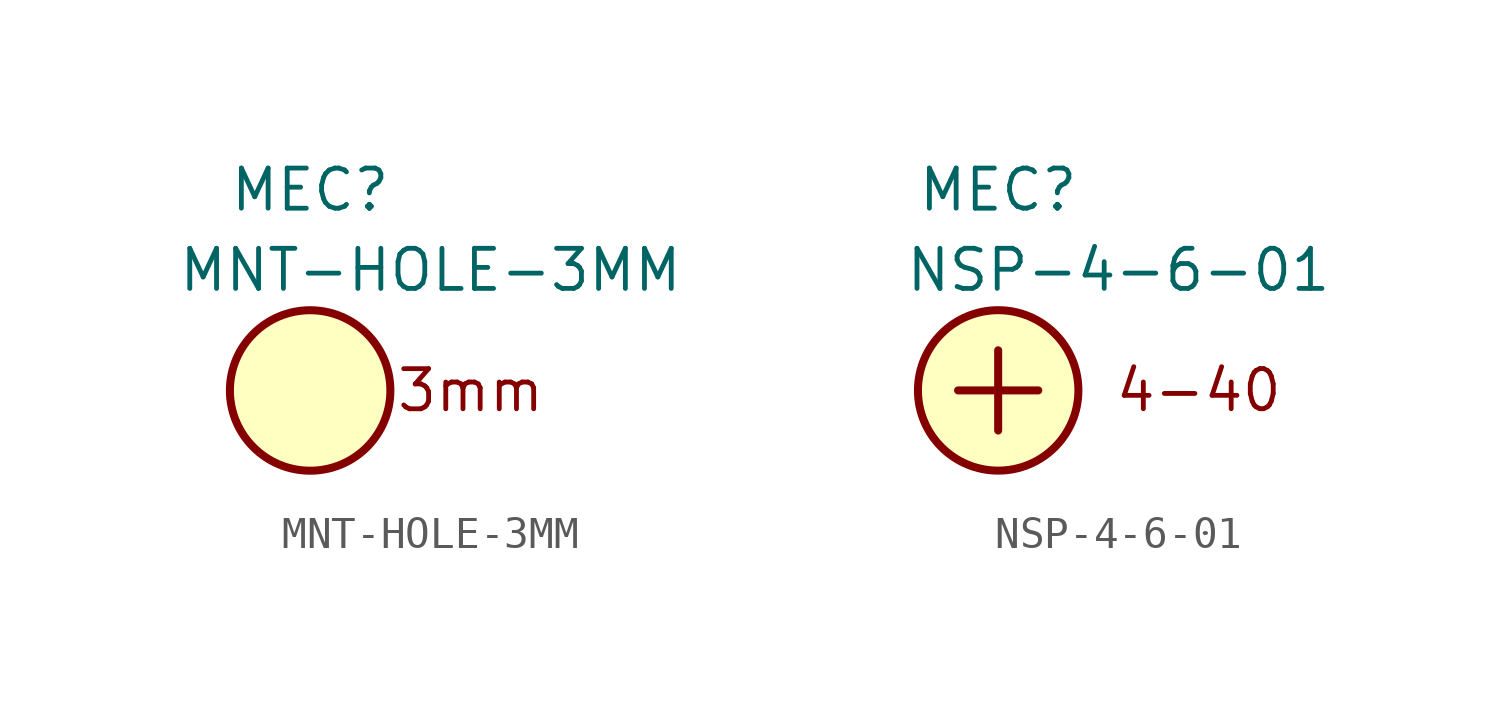
<source format=kicad_sym>
(kicad_symbol_lib
  (version 20211014)
  (generator kicad_symbol_editor)
  (symbol "MNT-HOLE-3MM"
    (pin_names
      (offset 1.016))
    (property "Reference" "MEC"
      (at 2.54 3.81 0)
      (effects (font (size 1.27 1.27))))
    (property "Value" "MNT-HOLE-3MM"
      (at 6.35 1.27 0)
      (effects (font (size 1.27 1.27))))
    (symbol "MNT-HOLE-3MM_0_0"
      (text "3mm" (at 7.62 -2.54 0) (effects (font (size 1.27 1.27)))))
    (symbol "MNT-HOLE-3MM_0_1"
      (circle (center 2.54 -2.54) (radius 2.54) (stroke (width 0.254) (type default) (color 0 0 0 0)) (fill (type background)))))
  (symbol "NSP-4-6-01"
    (pin_names
      (offset 1.016))
    (property "Reference" "MEC"
      (at 2.54 3.81 0)
      (effects (font (size 1.27 1.27))))
    (property "Value" "NSP-4-6-01"
      (at 6.35 1.27 0)
      (effects (font (size 1.27 1.27))))
    (symbol "NSP-4-6-01_0_0"
      (polyline (pts (xy 1.27 -2.54) (xy 3.81 -2.54)) (stroke (width 0.254) (type default) (color 0 0 0 0)) (fill (type none)))
      (polyline (pts (xy 2.54 -1.27) (xy 2.54 -3.81)) (stroke (width 0.254) (type default) (color 0 0 0 0)) (fill (type none)))
      (text "4-40" (at 8.89 -2.54 0) (effects (font (size 1.27 1.27)))))
    (symbol "NSP-4-6-01_0_1"
      (circle (center 2.54 -2.54) (radius 2.54) (stroke (width 0.254) (type default) (color 0 0 0 0)) (fill (type background))))))
</source>
